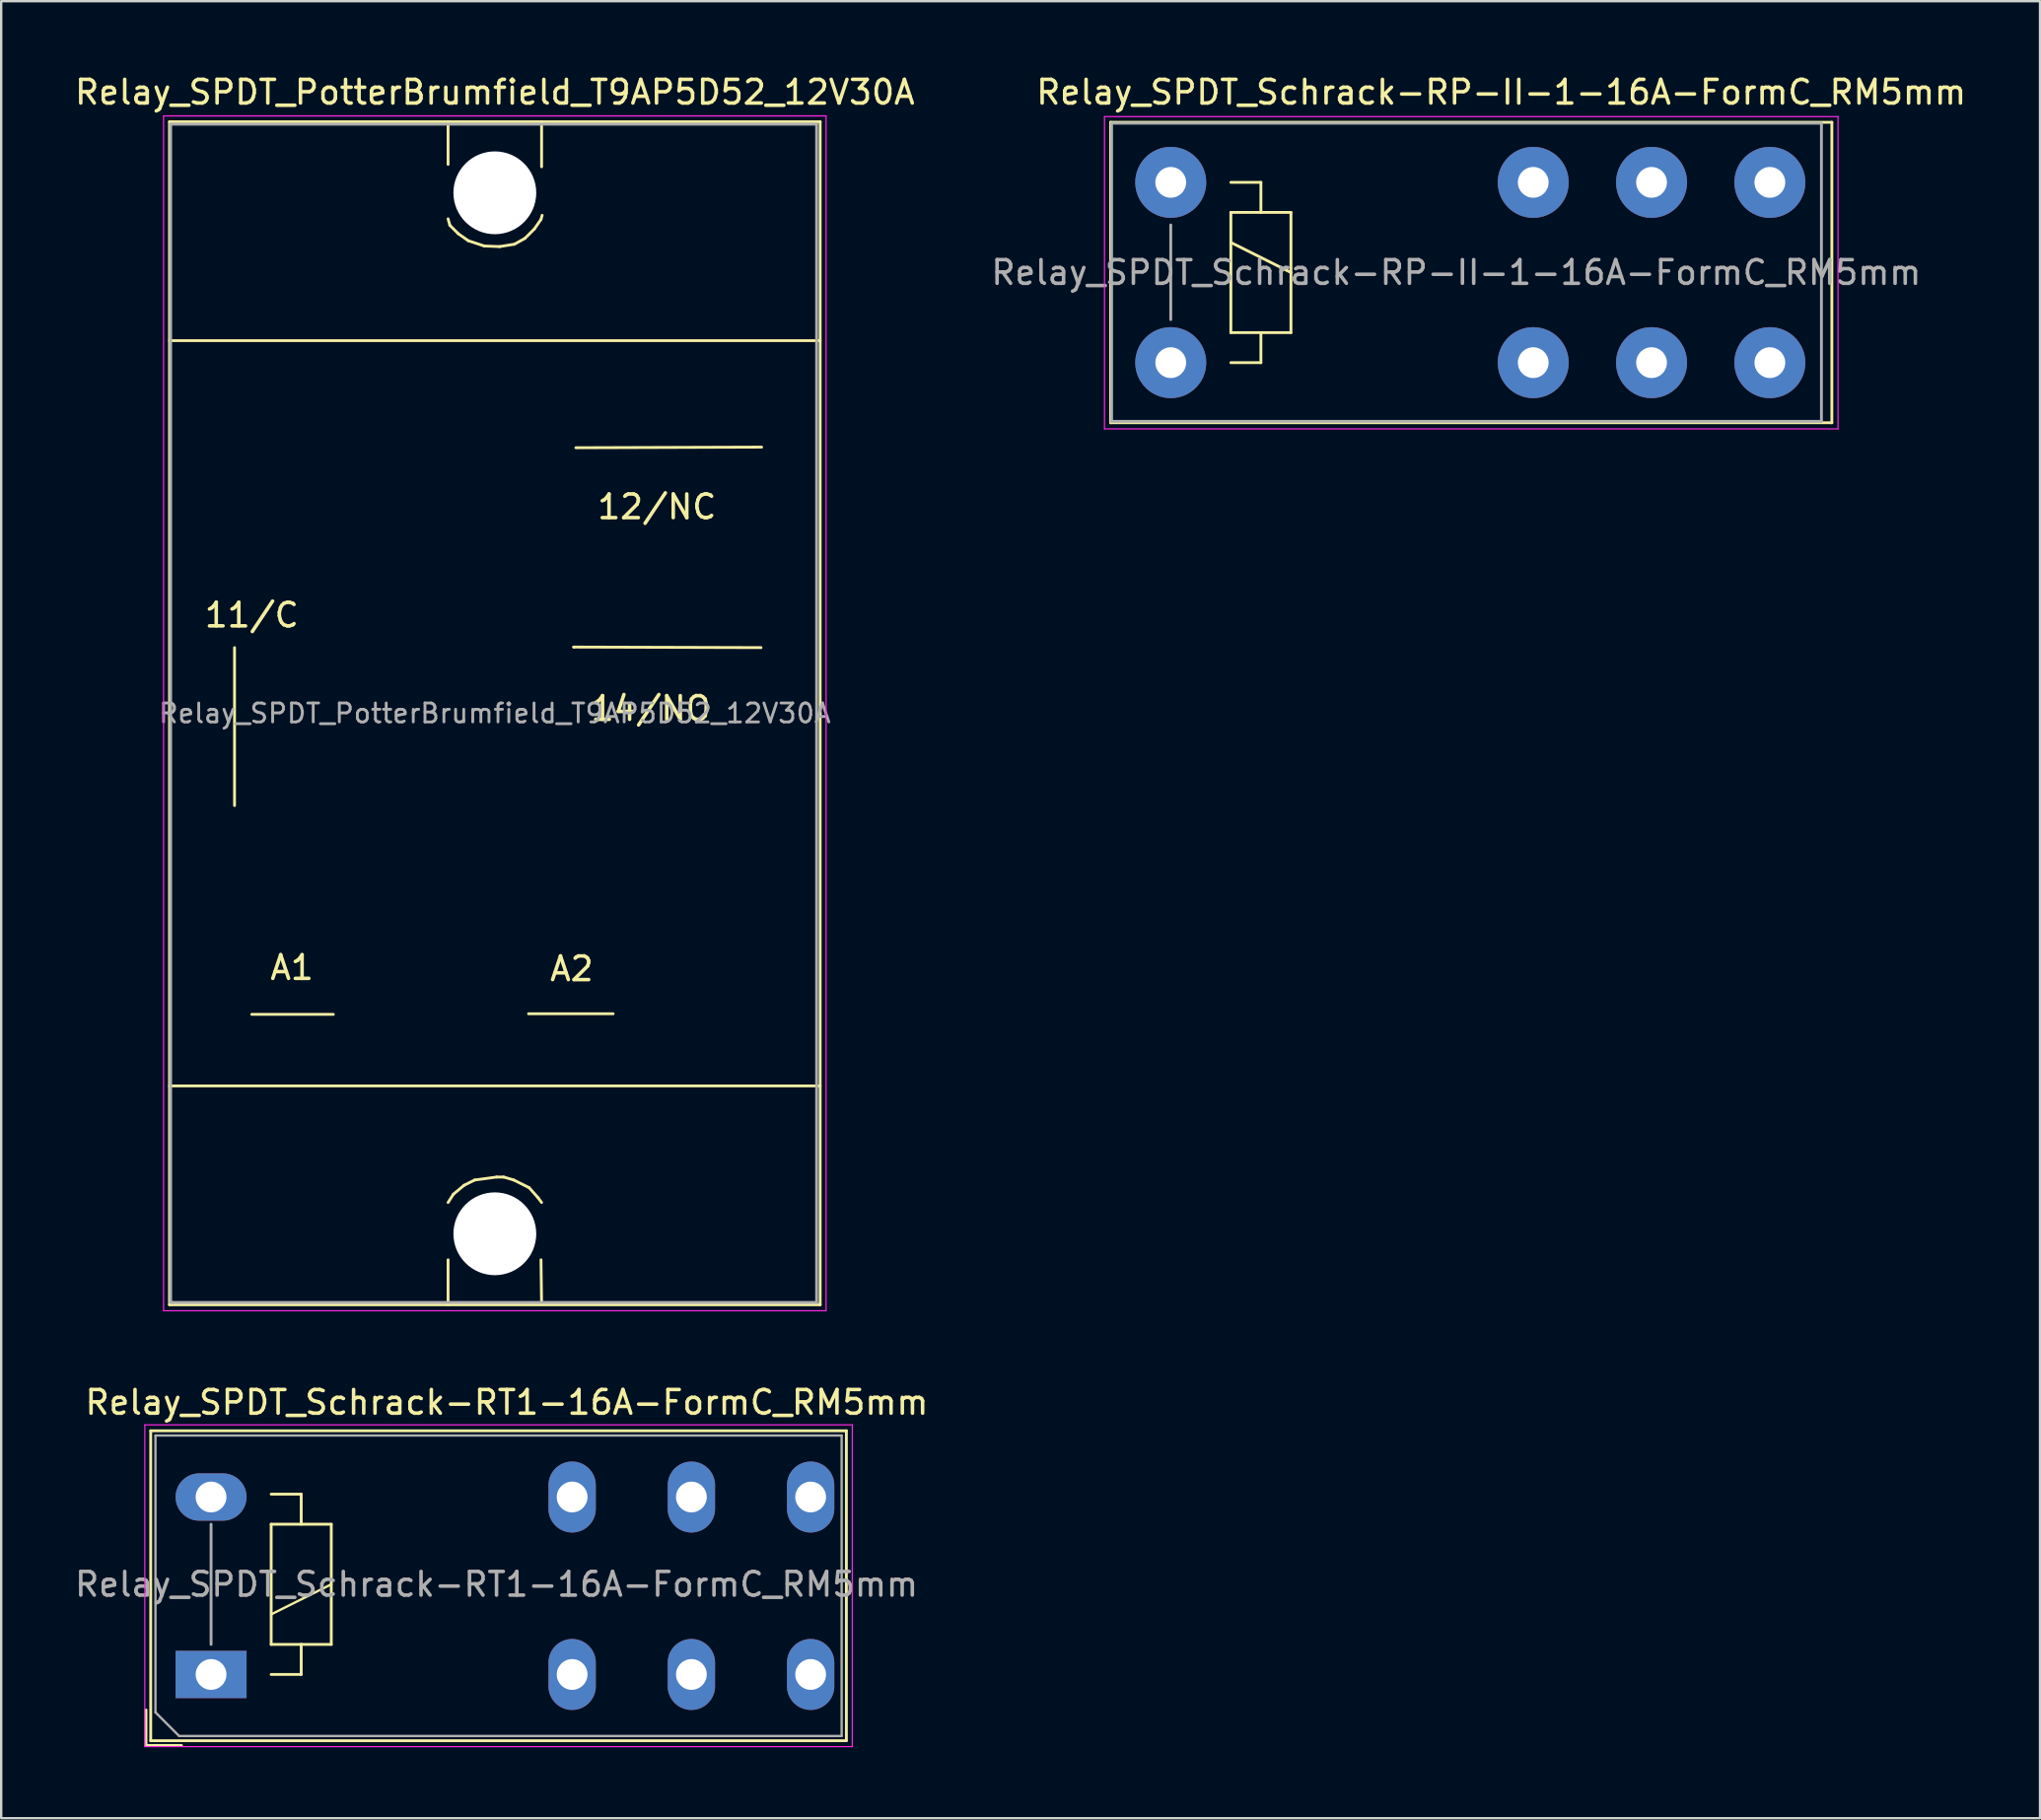
<source format=kicad_pcb>
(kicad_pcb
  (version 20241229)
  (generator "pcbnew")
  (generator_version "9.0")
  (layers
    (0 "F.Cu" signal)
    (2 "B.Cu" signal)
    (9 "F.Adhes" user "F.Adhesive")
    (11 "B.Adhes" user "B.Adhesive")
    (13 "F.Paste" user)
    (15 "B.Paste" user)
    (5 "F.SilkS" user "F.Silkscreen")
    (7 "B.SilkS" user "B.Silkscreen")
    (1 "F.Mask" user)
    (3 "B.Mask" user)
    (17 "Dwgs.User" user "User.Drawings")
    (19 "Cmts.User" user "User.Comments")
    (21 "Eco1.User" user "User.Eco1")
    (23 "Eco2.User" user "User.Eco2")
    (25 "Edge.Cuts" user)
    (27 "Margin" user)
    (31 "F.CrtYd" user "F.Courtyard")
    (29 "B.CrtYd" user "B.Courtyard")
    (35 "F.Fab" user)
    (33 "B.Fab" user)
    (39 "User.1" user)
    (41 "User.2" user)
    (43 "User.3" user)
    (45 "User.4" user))
  (footprint "Relay_SPDT_Schrack-RP-II-1-16A-FormC_RM5mm"
    (layer "F.Cu")
    (at 46.429 4.658)
    (property "Reference" "Relay_SPDT_Schrack-RP-II-1-16A-FormC_RM5mm" (at 13.97 -3.81 0) (layer "F.SilkS") (effects (font (size 1 1) (thickness 0.15))))
    (attr through_hole)
    (fp_line (start -2.54 -2.54) (end 27.94 -2.54) (stroke (width 0.12) (type solid)) (layer "F.SilkS"))
    (fp_line (start -2.54 10.16) (end -2.54 -2.54) (stroke (width 0.12) (type solid)) (layer "F.SilkS"))
    (fp_line (start 2.54 0) (end 3.81 0) (stroke (width 0.12) (type solid)) (layer "F.SilkS"))
    (fp_line (start 2.54 1.27) (end 3.81 1.27) (stroke (width 0.12) (type solid)) (layer "F.SilkS"))
    (fp_line (start 2.54 2.54) (end 5.08 3.81) (stroke (width 0.12) (type solid)) (layer "F.SilkS"))
    (fp_line (start 2.54 6.35) (end 2.54 1.27) (stroke (width 0.12) (type solid)) (layer "F.SilkS"))
    (fp_line (start 3.81 0) (end 3.81 1.27) (stroke (width 0.12) (type solid)) (layer "F.SilkS"))
    (fp_line (start 3.81 1.27) (end 5.08 1.27) (stroke (width 0.12) (type solid)) (layer "F.SilkS"))
    (fp_line (start 3.81 6.35) (end 3.81 7.62) (stroke (width 0.12) (type solid)) (layer "F.SilkS"))
    (fp_line (start 3.81 7.62) (end 2.54 7.62) (stroke (width 0.12) (type solid)) (layer "F.SilkS"))
    (fp_line (start 5.08 1.27) (end 5.08 6.35) (stroke (width 0.12) (type solid)) (layer "F.SilkS"))
    (fp_line (start 5.08 6.35) (end 2.54 6.35) (stroke (width 0.12) (type solid)) (layer "F.SilkS"))
    (fp_line (start 27.94 -2.54) (end 27.94 10.16) (stroke (width 0.12) (type solid)) (layer "F.SilkS"))
    (fp_line (start 27.94 10.16) (end -2.54 10.16) (stroke (width 0.12) (type solid)) (layer "F.SilkS"))
    (fp_line (start -2.8 -2.78) (end 28.2 -2.78) (stroke (width 0.05) (type solid)) (layer "F.CrtYd"))
    (fp_line (start -2.8 10.42) (end -2.8 -2.78) (stroke (width 0.05) (type solid)) (layer "F.CrtYd"))
    (fp_line (start 28.2 -2.78) (end 28.2 10.42) (stroke (width 0.05) (type solid)) (layer "F.CrtYd"))
    (fp_line (start 28.2 10.42) (end -2.8 10.42) (stroke (width 0.05) (type solid)) (layer "F.CrtYd"))
    (fp_line (start -2.5 -2.5) (end 27.5 -2.5) (stroke (width 0.12) (type solid)) (layer "F.Fab"))
    (fp_line (start -2.5 10.1) (end -2.5 -2.5) (stroke (width 0.12) (type solid)) (layer "F.Fab"))
    (fp_line (start 0 1.8) (end 0 5.8) (stroke (width 0.12) (type solid)) (layer "F.Fab"))
    (fp_line (start 27.5 -2.5) (end 27.5 10.1) (stroke (width 0.12) (type solid)) (layer "F.Fab"))
    (fp_line (start 27.5 10.1) (end -2.5 10.1) (stroke (width 0.12) (type solid)) (layer "F.Fab"))
    (fp_text user "${REFERENCE}" (at 12.065 3.81 0) (layer "F.Fab") (effects (font (size 1 1) (thickness 0.15))))
    (pad "11" thru_hole circle (at 20.32 0) (size 3 3) (drill 1.3) (layers "*.Cu" "*.Mask"))
    (pad "11" thru_hole circle (at 20.32 7.62) (size 3 3) (drill 1.3) (layers "*.Cu" "*.Mask"))
    (pad "12" thru_hole circle (at 15.32 0) (size 3 3) (drill 1.3) (layers "*.Cu" "*.Mask"))
    (pad "12" thru_hole circle (at 15.32 7.62) (size 3 3) (drill 1.3) (layers "*.Cu" "*.Mask"))
    (pad "14" thru_hole circle (at 25.32 0) (size 3 3) (drill 1.3) (layers "*.Cu" "*.Mask"))
    (pad "14" thru_hole circle (at 25.32 7.62) (size 3 3) (drill 1.3) (layers "*.Cu" "*.Mask"))
    (pad "A1" thru_hole circle (at 0 0) (size 3 3) (drill 1.3) (layers "*.Cu" "*.Mask"))
    (pad "A2" thru_hole circle (at 0 7.62) (size 3 3) (drill 1.3) (layers "*.Cu" "*.Mask")))
  (footprint "Relay_SPDT_PotterBrumfield_T9AP5D52_12V30A"
    (layer "F.Cu")
    (at 17.863 5.099)
    (property "Reference" "Relay_SPDT_PotterBrumfield_T9AP5D52_12V30A" (at 0 -4.251 0) (layer "F.SilkS") (effects (font (size 1 1) (thickness 0.15))))
    (attr through_hole)
    (fp_line (start -13.749 -3.002) (end -13.749 47) (stroke (width 0.12) (type solid)) (layer "F.SilkS"))
    (fp_line (start -13.749 6.248) (end 13.749 6.248) (stroke (width 0.12) (type solid)) (layer "F.SilkS"))
    (fp_line (start -13.749 47) (end 13.749 47) (stroke (width 0.12) (type solid)) (layer "F.SilkS"))
    (fp_line (start -11.001 19.223) (end -11.001 25.898) (stroke (width 0.12) (type solid)) (layer "F.SilkS"))
    (fp_line (start -6.825 34.724) (end -10.274 34.724) (stroke (width 0.12) (type solid)) (layer "F.SilkS"))
    (fp_line (start -1.976 -1.201) (end -1.976 -3.002) (stroke (width 0.12) (type solid)) (layer "F.SilkS"))
    (fp_line (start -1.976 1.1) (end -1.9 1.374) (stroke (width 0.12) (type solid)) (layer "F.SilkS"))
    (fp_line (start -1.976 45.098) (end -1.976 47) (stroke (width 0.12) (type solid)) (layer "F.SilkS"))
    (fp_line (start -1.9 1.374) (end -1.549 1.725) (stroke (width 0.12) (type solid)) (layer "F.SilkS"))
    (fp_line (start -1.75 42.324) (end -1.976 42.675) (stroke (width 0.12) (type solid)) (layer "F.SilkS"))
    (fp_line (start -1.549 1.725) (end -1.125 2.024) (stroke (width 0.12) (type solid)) (layer "F.SilkS"))
    (fp_line (start -1.3 41.948) (end -1.75 42.324) (stroke (width 0.12) (type solid)) (layer "F.SilkS"))
    (fp_line (start -1.125 2.024) (end -0.45 2.248) (stroke (width 0.12) (type solid)) (layer "F.SilkS"))
    (fp_line (start -0.851 41.725) (end -1.3 41.948) (stroke (width 0.12) (type solid)) (layer "F.SilkS"))
    (fp_line (start -0.45 2.248) (end 0.201 2.273) (stroke (width 0.12) (type solid)) (layer "F.SilkS"))
    (fp_line (start 0.076 41.6) (end -0.851 41.725) (stroke (width 0.12) (type solid)) (layer "F.SilkS"))
    (fp_line (start 0.201 2.273) (end 0.826 2.174) (stroke (width 0.12) (type solid)) (layer "F.SilkS"))
    (fp_line (start 0.376 41.6) (end 0.076 41.6) (stroke (width 0.12) (type solid)) (layer "F.SilkS"))
    (fp_line (start 0.8 41.725) (end 0.376 41.6) (stroke (width 0.12) (type solid)) (layer "F.SilkS"))
    (fp_line (start 0.826 2.174) (end 1.275 1.923) (stroke (width 0.12) (type solid)) (layer "F.SilkS"))
    (fp_line (start 1.275 1.923) (end 1.674 1.524) (stroke (width 0.12) (type solid)) (layer "F.SilkS"))
    (fp_line (start 1.425 34.699) (end 5.001 34.699) (stroke (width 0.12) (type solid)) (layer "F.SilkS"))
    (fp_line (start 1.45 42.05) (end 0.8 41.725) (stroke (width 0.12) (type solid)) (layer "F.SilkS"))
    (fp_line (start 1.674 1.524) (end 1.951 1.123) (stroke (width 0.12) (type solid)) (layer "F.SilkS"))
    (fp_line (start 1.826 42.474) (end 1.45 42.05) (stroke (width 0.12) (type solid)) (layer "F.SilkS"))
    (fp_line (start 1.951 1.123) (end 1.999 0.95) (stroke (width 0.12) (type solid)) (layer "F.SilkS"))
    (fp_line (start 1.951 45.098) (end 1.976 46.975) (stroke (width 0.12) (type solid)) (layer "F.SilkS"))
    (fp_line (start 1.976 -1.1) (end 1.976 -3.002) (stroke (width 0.12) (type solid)) (layer "F.SilkS"))
    (fp_line (start 1.976 42.675) (end 1.826 42.474) (stroke (width 0.12) (type solid)) (layer "F.SilkS"))
    (fp_line (start 3.35 19.2) (end 3.325 19.2) (stroke (width 0.12) (type solid)) (layer "F.SilkS"))
    (fp_line (start 11.25 19.223) (end 3.35 19.2) (stroke (width 0.12) (type solid)) (layer "F.SilkS"))
    (fp_line (start 11.275 10.749) (end 3.424 10.775) (stroke (width 0.12) (type solid)) (layer "F.SilkS"))
    (fp_line (start 13.749 -3.002) (end -13.749 -3.002) (stroke (width 0.12) (type solid)) (layer "F.SilkS"))
    (fp_line (start 13.749 21.999) (end 13.749 -3.002) (stroke (width 0.12) (type solid)) (layer "F.SilkS"))
    (fp_line (start 13.749 37.749) (end -13.749 37.749) (stroke (width 0.12) (type solid)) (layer "F.SilkS"))
    (fp_line (start 13.749 47) (end 13.749 21.999) (stroke (width 0.12) (type solid)) (layer "F.SilkS"))
    (fp_line (start -14 -3.25) (end -14 47.25) (stroke (width 0.05) (type solid)) (layer "F.CrtYd"))
    (fp_line (start -14 47.25) (end 14 47.25) (stroke (width 0.05) (type solid)) (layer "F.CrtYd"))
    (fp_line (start 14 -3.25) (end -14 -3.25) (stroke (width 0.05) (type solid)) (layer "F.CrtYd"))
    (fp_line (start 14 47.25) (end 14 -3.25) (stroke (width 0.05) (type solid)) (layer "F.CrtYd"))
    (fp_line (start -13.7 -2.9) (end 13.6 -2.9) (stroke (width 0.12) (type solid)) (layer "F.Fab"))
    (fp_line (start -13.7 46.9) (end -13.7 -2.9) (stroke (width 0.12) (type solid)) (layer "F.Fab"))
    (fp_line (start -13.6 46.9) (end -13.7 46.9) (stroke (width 0.12) (type solid)) (layer "F.Fab"))
    (fp_line (start 13.6 -2.9) (end 13.6 46.9) (stroke (width 0.12) (type solid)) (layer "F.Fab"))
    (fp_line (start 13.6 46.9) (end -13.6 46.9) (stroke (width 0.12) (type solid)) (layer "F.Fab"))
    (fp_text user "12/NC" (at 6.85 13.274 0) (layer "F.SilkS") (effects (font (size 1 1) (thickness 0.15))))
    (fp_text user "A1" (at -8.575 32.748 0) (layer "F.SilkS") (effects (font (size 1 1) (thickness 0.15))))
    (fp_text user "11/C" (at -10.274 17.849 0) (layer "F.SilkS") (effects (font (size 1 1) (thickness 0.15))))
    (fp_text user "14/NO" (at 6.599 21.798 0) (layer "F.SilkS") (effects (font (size 1 1) (thickness 0.15))))
    (fp_text user "A2" (at 3.251 32.799 0) (layer "F.SilkS") (effects (font (size 1 1) (thickness 0.15))))
    (fp_text user "${REFERENCE}" (at 0 21.999 0) (layer "F.Fab") (effects (font (size 0.8 0.8) (thickness 0.12))))
    (pad "" np_thru_hole circle (at 0 0) (size 3.5 3.5) (drill 3.5) (layers "*.Cu" "*.Mask"))
    (pad "" np_thru_hole circle (at 0 43.998) (size 3.5 3.5) (drill 3.5) (layers "*.Cu" "*.Mask")))
  (footprint "Relay_SPDT_Schrack-RT1-16A-FormC_RM5mm"
    (layer "F.Cu")
    (at 5.87 67.723)
    (property "Reference" "Relay_SPDT_Schrack-RT1-16A-FormC_RM5mm" (at 12.5 -11.5 0) (layer "F.SilkS") (effects (font (size 1 1) (thickness 0.15))))
    (attr through_hole)
    (fp_line (start -2.75 1.5) (end -2.75 3) (stroke (width 0.12) (type solid)) (layer "F.SilkS"))
    (fp_line (start -2.75 3) (end -1.25 3) (stroke (width 0.12) (type solid)) (layer "F.SilkS"))
    (fp_line (start -2.55 -10.3) (end -2.55 2.8) (stroke (width 0.12) (type solid)) (layer "F.SilkS"))
    (fp_line (start -2.55 2.8) (end 26.85 2.8) (stroke (width 0.12) (type solid)) (layer "F.SilkS"))
    (fp_line (start 2.54 -6.35) (end 2.54 -1.27) (stroke (width 0.12) (type solid)) (layer "F.SilkS"))
    (fp_line (start 2.54 -2.54) (end 5.08 -3.81) (stroke (width 0.1) (type solid)) (layer "F.SilkS"))
    (fp_line (start 2.54 -1.27) (end 3.81 -1.27) (stroke (width 0.12) (type solid)) (layer "F.SilkS"))
    (fp_line (start 2.54 0) (end 3.81 0) (stroke (width 0.12) (type solid)) (layer "F.SilkS"))
    (fp_line (start 3.81 -7.62) (end 2.54 -7.62) (stroke (width 0.12) (type solid)) (layer "F.SilkS"))
    (fp_line (start 3.81 -6.35) (end 3.81 -7.62) (stroke (width 0.12) (type solid)) (layer "F.SilkS"))
    (fp_line (start 3.81 -1.27) (end 5.08 -1.27) (stroke (width 0.12) (type solid)) (layer "F.SilkS"))
    (fp_line (start 3.81 0) (end 3.81 -1.27) (stroke (width 0.12) (type solid)) (layer "F.SilkS"))
    (fp_line (start 5.08 -6.35) (end 2.54 -6.35) (stroke (width 0.12) (type solid)) (layer "F.SilkS"))
    (fp_line (start 5.08 -1.27) (end 5.08 -6.35) (stroke (width 0.12) (type solid)) (layer "F.SilkS"))
    (fp_line (start 26.85 -10.3) (end -2.55 -10.3) (stroke (width 0.12) (type solid)) (layer "F.SilkS"))
    (fp_line (start 26.85 2.8) (end 26.85 -10.3) (stroke (width 0.12) (type solid)) (layer "F.SilkS"))
    (fp_line (start -2.8 -10.55) (end -2.8 3.05) (stroke (width 0.05) (type solid)) (layer "F.CrtYd"))
    (fp_line (start -2.8 3.05) (end 27.1 3.05) (stroke (width 0.05) (type solid)) (layer "F.CrtYd"))
    (fp_line (start 27.1 -10.55) (end -2.8 -10.55) (stroke (width 0.05) (type solid)) (layer "F.CrtYd"))
    (fp_line (start 27.1 3.05) (end 27.1 -10.55) (stroke (width 0.05) (type solid)) (layer "F.CrtYd"))
    (fp_line (start -2.35 -10.1) (end -2.35 1.6) (stroke (width 0.1) (type solid)) (layer "F.Fab"))
    (fp_line (start -2.35 1.6) (end -1.35 2.6) (stroke (width 0.1) (type solid)) (layer "F.Fab"))
    (fp_line (start -1.35 2.6) (end 26.65 2.6) (stroke (width 0.1) (type solid)) (layer "F.Fab"))
    (fp_line (start 0 -1.27) (end 0 -6.35) (stroke (width 0.12) (type solid)) (layer "F.Fab"))
    (fp_line (start 26.65 -10.1) (end -2.35 -10.1) (stroke (width 0.1) (type solid)) (layer "F.Fab"))
    (fp_line (start 26.65 2.6) (end 26.65 -10.1) (stroke (width 0.1) (type solid)) (layer "F.Fab"))
    (fp_text user "${REFERENCE}" (at 12.065 -3.81 180) (layer "F.Fab") (effects (font (size 1 1) (thickness 0.15))))
    (pad "11" thru_hole oval (at 20.3 -7.5 180) (size 2 3) (drill 1.3) (layers "*.Cu" "*.Mask"))
    (pad "11" thru_hole oval (at 20.3 0 180) (size 2 3) (drill 1.3) (layers "*.Cu" "*.Mask"))
    (pad "12" thru_hole oval (at 15.26 -7.5 180) (size 2 3) (drill 1.3) (layers "*.Cu" "*.Mask"))
    (pad "12" thru_hole oval (at 15.26 0 180) (size 2 3) (drill 1.3) (layers "*.Cu" "*.Mask"))
    (pad "14" thru_hole oval (at 25.34 -7.5 180) (size 2 3) (drill 1.3) (layers "*.Cu" "*.Mask"))
    (pad "14" thru_hole oval (at 25.34 0 180) (size 2 3) (drill 1.3) (layers "*.Cu" "*.Mask"))
    (pad "A1" thru_hole rect (at 0 0 180) (size 3 2) (drill 1.3) (layers "*.Cu" "*.Mask"))
    (pad "A2" thru_hole oval (at 0 -7.5 180) (size 3 2) (drill 1.3) (layers "*.Cu" "*.Mask")))
  (gr_rect
    (start -3 -3)
    (end 83.167 73.798)
    (stroke (width 0.1) (type default))
    (fill no)
    (layer "Edge.Cuts")))
</source>
